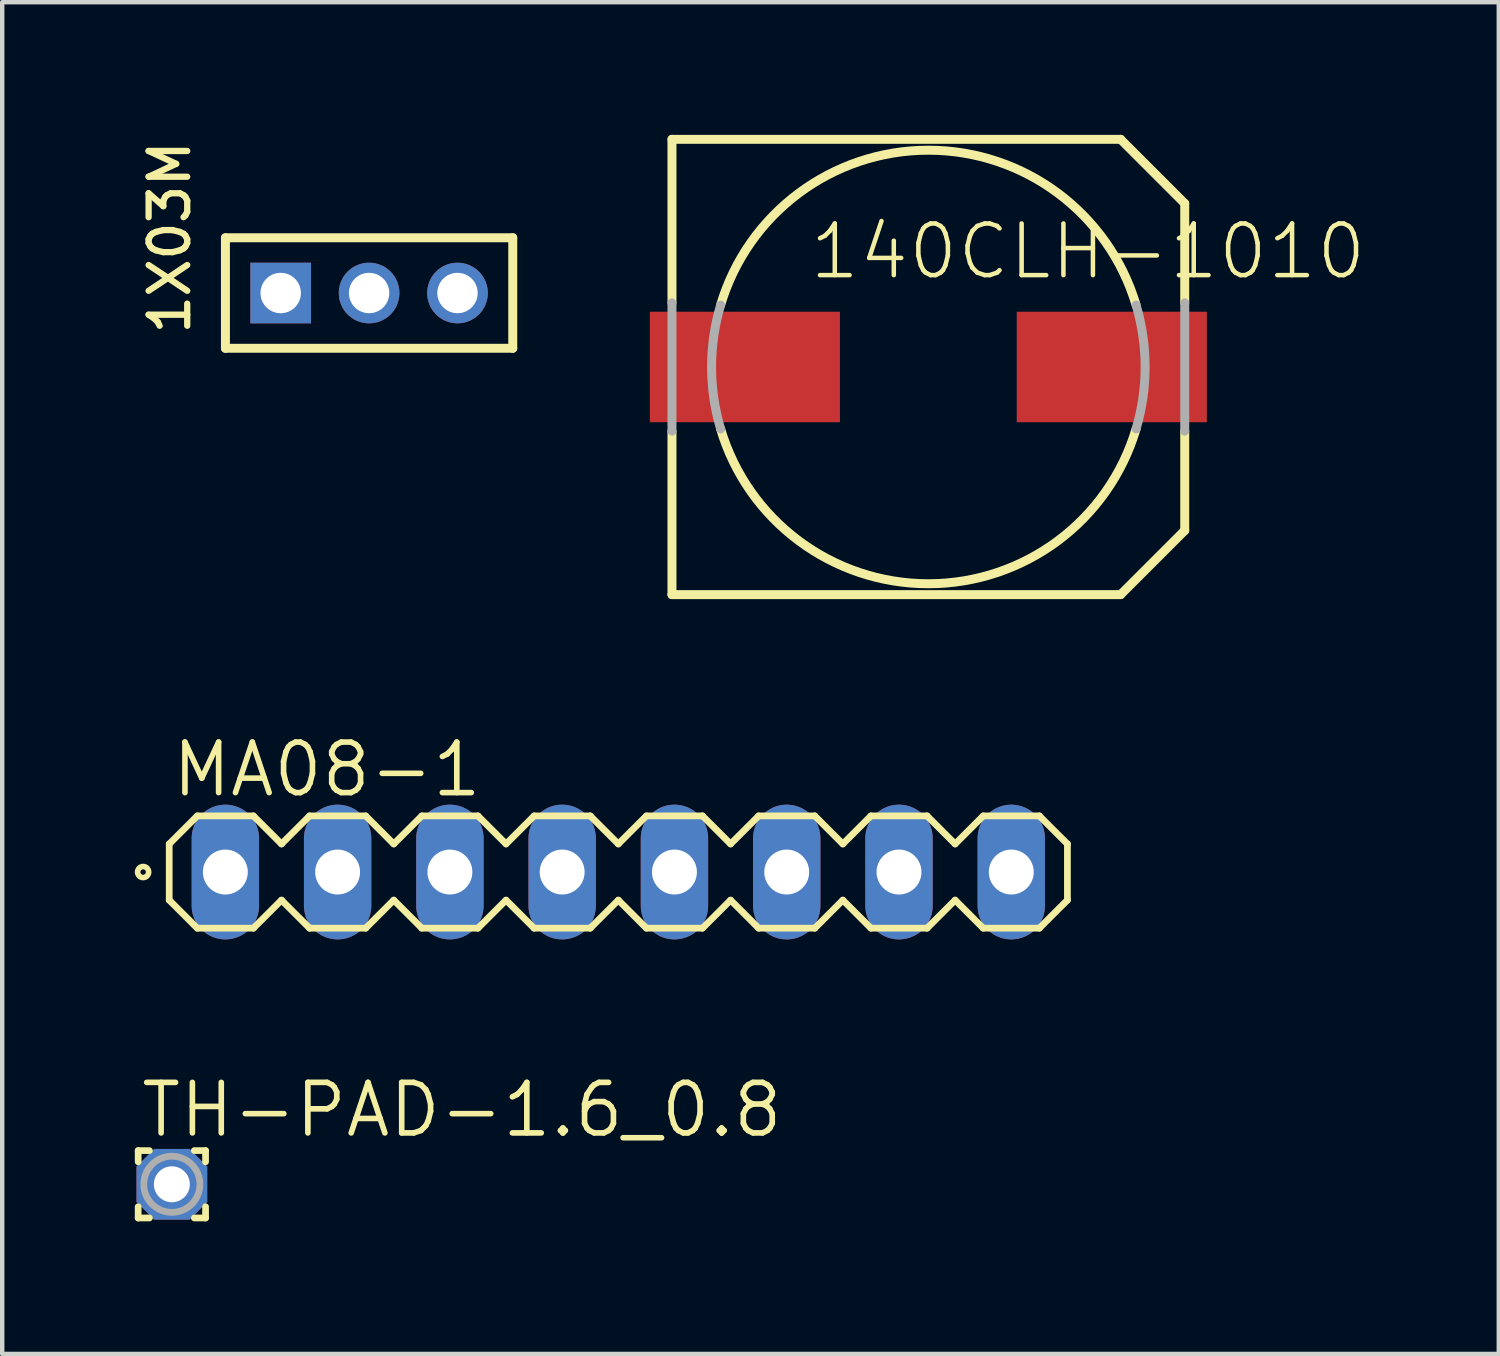
<source format=kicad_pcb>
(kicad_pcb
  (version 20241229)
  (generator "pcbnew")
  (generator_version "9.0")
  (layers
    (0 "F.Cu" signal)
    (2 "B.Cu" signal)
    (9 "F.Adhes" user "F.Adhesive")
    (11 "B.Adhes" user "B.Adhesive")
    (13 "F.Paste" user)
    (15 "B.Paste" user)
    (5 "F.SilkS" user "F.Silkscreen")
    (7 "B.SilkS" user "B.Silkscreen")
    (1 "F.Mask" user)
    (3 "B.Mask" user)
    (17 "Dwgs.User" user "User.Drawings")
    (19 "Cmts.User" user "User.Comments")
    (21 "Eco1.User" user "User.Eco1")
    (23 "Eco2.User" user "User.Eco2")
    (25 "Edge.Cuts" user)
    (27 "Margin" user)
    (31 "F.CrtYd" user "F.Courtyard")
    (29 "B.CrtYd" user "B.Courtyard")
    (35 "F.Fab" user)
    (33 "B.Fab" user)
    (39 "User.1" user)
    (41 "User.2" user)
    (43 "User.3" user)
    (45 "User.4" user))
  (footprint "1X03M"
    (layer "F.Cu")
    (at 5.3 3.579)
    (property "Reference" "1X03M" (at -4 1 90) (layer "F.SilkS") (effects (font (size 0.874 0.874) (thickness 0.142)) (justify left bottom)))
    (fp_line (start -3.25 -1.25) (end 3.25 -1.25) (stroke (width 0.203) (type solid)) (layer "F.SilkS"))
    (fp_line (start -3.25 1.25) (end -3.25 -1.25) (stroke (width 0.203) (type solid)) (layer "F.SilkS"))
    (fp_line (start 3.25 -1.25) (end 3.25 1.25) (stroke (width 0.203) (type solid)) (layer "F.SilkS"))
    (fp_line (start 3.25 1.25) (end -3.25 1.25) (stroke (width 0.203) (type solid)) (layer "F.SilkS"))
    (fp_poly (pts (xy -2.25 0.25) (xy -1.75 0.25) (xy -1.75 -0.25) (xy -2.25 -0.25)) (stroke (width 0.1) (type solid)) (fill no) (layer "F.Fab"))
    (fp_poly (pts (xy -0.25 0.25) (xy 0.25 0.25) (xy 0.25 -0.25) (xy -0.25 -0.25)) (stroke (width 0.1) (type solid)) (fill no) (layer "F.Fab"))
    (fp_poly (pts (xy 1.75 -0.25) (xy 1.75 0.25) (xy 2.25 0.25) (xy 2.25 -0.25)) (stroke (width 0.1) (type solid)) (fill no) (layer "F.Fab"))
    (pad "1" thru_hole rect (at -2 0) (size 1.372 1.372) (drill 0.914) (layers "*.Cu" "*.Mask"))
    (pad "2" thru_hole circle (at 0 0) (size 1.372 1.372) (drill 0.914) (layers "*.Cu" "*.Mask"))
    (pad "3" thru_hole circle (at 2 0 270) (size 1.372 1.372) (drill 0.914) (layers "*.Cu" "*.Mask")))
  (footprint "140CLH-1010"
    (layer "F.Cu")
    (at 17.952 5.252)
    (property "Reference" "140CLH-1010" (at -2.74 -1.93 0) (layer "F.SilkS") (effects (font (size 1.168 1.168) (thickness 0.102)) (justify left bottom)))
    (fp_line (start -5.8 -5.15) (end 4.35 -5.15) (stroke (width 0.203) (type solid)) (layer "F.SilkS"))
    (fp_line (start -5.8 -1.45) (end -5.8 -5.15) (stroke (width 0.203) (type solid)) (layer "F.SilkS"))
    (fp_line (start -5.8 5.15) (end -5.8 1.45) (stroke (width 0.203) (type solid)) (layer "F.SilkS"))
    (fp_line (start 4.35 5.15) (end -5.8 5.15) (stroke (width 0.203) (type solid)) (layer "F.SilkS"))
    (fp_line (start 5.8 -3.7) (end 4.35 -5.15) (stroke (width 0.203) (type solid)) (layer "F.SilkS"))
    (fp_line (start 5.8 -3.7) (end 5.8 -1.45) (stroke (width 0.203) (type solid)) (layer "F.SilkS"))
    (fp_line (start 5.8 1.45) (end 5.8 3.7) (stroke (width 0.203) (type solid)) (layer "F.SilkS"))
    (fp_line (start 5.8 3.7) (end 4.35 5.15) (stroke (width 0.203) (type solid)) (layer "F.SilkS"))
    (fp_arc (start -4.7 -1.4) (mid 0 -4.90408) (end 4.7 -1.4) (stroke (width 0.2032) (type solid)) (layer "F.SilkS"))
    (fp_arc (start 4.7 1.4) (mid 0 4.90408) (end -4.7 1.4) (stroke (width 0.2032) (type solid)) (layer "F.SilkS"))
    (fp_line (start -5.8 1.45) (end -5.8 -1.45) (stroke (width 0.203) (type solid)) (layer "F.Fab"))
    (fp_line (start 5.8 -1.45) (end 5.8 1.45) (stroke (width 0.203) (type solid)) (layer "F.Fab"))
    (fp_arc (start -4.7 1.4) (mid -4.90408 0) (end -4.7 -1.4) (stroke (width 0.2032) (type solid)) (layer "F.Fab"))
    (fp_arc (start 4.7 -1.4) (mid 4.90408 0) (end 4.7 1.4) (stroke (width 0.2032) (type solid)) (layer "F.Fab"))
    (pad "+" smd rect (at 4.15 0) (size 4.3 2.5) (layers "F.Cu" "F.Mask" "F.Paste"))
    (pad "-" smd rect (at -4.15 0) (size 4.3 2.5) (layers "F.Cu" "F.Mask" "F.Paste")))
  (footprint "MA08-1"
    (layer "F.Cu")
    (at 10.938 16.678)
    (property "Reference" "MA08-1" (at -10.16 -1.651 0) (layer "F.SilkS") (effects (font (size 1.143 1.143) (thickness 0.127)) (justify left bottom)))
    (fp_line (start -10.16 -0.635) (end -10.16 0.635) (stroke (width 0.152) (type solid)) (layer "F.SilkS"))
    (fp_line (start -10.16 0.635) (end -9.525 1.27) (stroke (width 0.152) (type solid)) (layer "F.SilkS"))
    (fp_line (start -9.525 -1.27) (end -10.16 -0.635) (stroke (width 0.152) (type solid)) (layer "F.SilkS"))
    (fp_line (start -9.525 -1.27) (end -8.255 -1.27) (stroke (width 0.152) (type solid)) (layer "F.SilkS"))
    (fp_line (start -8.255 -1.27) (end -7.62 -0.635) (stroke (width 0.152) (type solid)) (layer "F.SilkS"))
    (fp_line (start -8.255 1.27) (end -9.525 1.27) (stroke (width 0.152) (type solid)) (layer "F.SilkS"))
    (fp_line (start -7.62 -0.635) (end -6.985 -1.27) (stroke (width 0.152) (type solid)) (layer "F.SilkS"))
    (fp_line (start -7.62 0.635) (end -8.255 1.27) (stroke (width 0.152) (type solid)) (layer "F.SilkS"))
    (fp_line (start -6.985 -1.27) (end -5.715 -1.27) (stroke (width 0.152) (type solid)) (layer "F.SilkS"))
    (fp_line (start -6.985 1.27) (end -7.62 0.635) (stroke (width 0.152) (type solid)) (layer "F.SilkS"))
    (fp_line (start -5.715 -1.27) (end -5.08 -0.635) (stroke (width 0.152) (type solid)) (layer "F.SilkS"))
    (fp_line (start -5.715 1.27) (end -6.985 1.27) (stroke (width 0.152) (type solid)) (layer "F.SilkS"))
    (fp_line (start -5.08 -0.635) (end -4.445 -1.27) (stroke (width 0.152) (type solid)) (layer "F.SilkS"))
    (fp_line (start -5.08 0.635) (end -5.715 1.27) (stroke (width 0.152) (type solid)) (layer "F.SilkS"))
    (fp_line (start -4.445 -1.27) (end -3.175 -1.27) (stroke (width 0.152) (type solid)) (layer "F.SilkS"))
    (fp_line (start -4.445 1.27) (end -5.08 0.635) (stroke (width 0.152) (type solid)) (layer "F.SilkS"))
    (fp_line (start -3.175 -1.27) (end -2.54 -0.635) (stroke (width 0.152) (type solid)) (layer "F.SilkS"))
    (fp_line (start -3.175 1.27) (end -4.445 1.27) (stroke (width 0.152) (type solid)) (layer "F.SilkS"))
    (fp_line (start -2.54 0.635) (end -3.175 1.27) (stroke (width 0.152) (type solid)) (layer "F.SilkS"))
    (fp_line (start -2.54 0.635) (end -1.905 1.27) (stroke (width 0.152) (type solid)) (layer "F.SilkS"))
    (fp_line (start -1.905 -1.27) (end -2.54 -0.635) (stroke (width 0.152) (type solid)) (layer "F.SilkS"))
    (fp_line (start -1.905 -1.27) (end -0.635 -1.27) (stroke (width 0.152) (type solid)) (layer "F.SilkS"))
    (fp_line (start -0.635 -1.27) (end 0 -0.635) (stroke (width 0.152) (type solid)) (layer "F.SilkS"))
    (fp_line (start -0.635 1.27) (end -1.905 1.27) (stroke (width 0.152) (type solid)) (layer "F.SilkS"))
    (fp_line (start 0 0.635) (end -0.635 1.27) (stroke (width 0.152) (type solid)) (layer "F.SilkS"))
    (fp_line (start 0 0.635) (end 0.635 1.27) (stroke (width 0.152) (type solid)) (layer "F.SilkS"))
    (fp_line (start 0.635 -1.27) (end 0 -0.635) (stroke (width 0.152) (type solid)) (layer "F.SilkS"))
    (fp_line (start 0.635 -1.27) (end 1.905 -1.27) (stroke (width 0.152) (type solid)) (layer "F.SilkS"))
    (fp_line (start 1.905 -1.27) (end 2.54 -0.635) (stroke (width 0.152) (type solid)) (layer "F.SilkS"))
    (fp_line (start 1.905 1.27) (end 0.635 1.27) (stroke (width 0.152) (type solid)) (layer "F.SilkS"))
    (fp_line (start 2.54 -0.635) (end 3.175 -1.27) (stroke (width 0.152) (type solid)) (layer "F.SilkS"))
    (fp_line (start 2.54 0.635) (end 1.905 1.27) (stroke (width 0.152) (type solid)) (layer "F.SilkS"))
    (fp_line (start 3.175 -1.27) (end 4.445 -1.27) (stroke (width 0.152) (type solid)) (layer "F.SilkS"))
    (fp_line (start 3.175 1.27) (end 2.54 0.635) (stroke (width 0.152) (type solid)) (layer "F.SilkS"))
    (fp_line (start 4.445 -1.27) (end 5.08 -0.635) (stroke (width 0.152) (type solid)) (layer "F.SilkS"))
    (fp_line (start 4.445 1.27) (end 3.175 1.27) (stroke (width 0.152) (type solid)) (layer "F.SilkS"))
    (fp_line (start 5.08 -0.635) (end 5.715 -1.27) (stroke (width 0.152) (type solid)) (layer "F.SilkS"))
    (fp_line (start 5.08 0.635) (end 4.445 1.27) (stroke (width 0.152) (type solid)) (layer "F.SilkS"))
    (fp_line (start 5.715 -1.27) (end 6.985 -1.27) (stroke (width 0.152) (type solid)) (layer "F.SilkS"))
    (fp_line (start 5.715 1.27) (end 5.08 0.635) (stroke (width 0.152) (type solid)) (layer "F.SilkS"))
    (fp_line (start 6.985 -1.27) (end 7.62 -0.635) (stroke (width 0.152) (type solid)) (layer "F.SilkS"))
    (fp_line (start 6.985 1.27) (end 5.715 1.27) (stroke (width 0.152) (type solid)) (layer "F.SilkS"))
    (fp_line (start 7.62 0.635) (end 6.985 1.27) (stroke (width 0.152) (type solid)) (layer "F.SilkS"))
    (fp_line (start 7.62 0.635) (end 8.255 1.27) (stroke (width 0.152) (type solid)) (layer "F.SilkS"))
    (fp_line (start 8.255 -1.27) (end 7.62 -0.635) (stroke (width 0.152) (type solid)) (layer "F.SilkS"))
    (fp_line (start 8.255 -1.27) (end 9.525 -1.27) (stroke (width 0.152) (type solid)) (layer "F.SilkS"))
    (fp_line (start 9.525 -1.27) (end 10.16 -0.635) (stroke (width 0.152) (type solid)) (layer "F.SilkS"))
    (fp_line (start 9.525 1.27) (end 8.255 1.27) (stroke (width 0.152) (type solid)) (layer "F.SilkS"))
    (fp_line (start 10.16 -0.635) (end 10.16 0.635) (stroke (width 0.152) (type solid)) (layer "F.SilkS"))
    (fp_line (start 10.16 0.635) (end 9.525 1.27) (stroke (width 0.152) (type solid)) (layer "F.SilkS"))
    (fp_circle (center -10.75 0) (end -10.625 0) (stroke (width 0.127) (type solid)) (fill no) (layer "F.SilkS"))
    (fp_poly (pts (xy -9.144 0.254) (xy -8.636 0.254) (xy -8.636 -0.254) (xy -9.144 -0.254)) (stroke (width 0.1) (type solid)) (fill no) (layer "F.Fab"))
    (fp_poly (pts (xy -6.604 0.254) (xy -6.096 0.254) (xy -6.096 -0.254) (xy -6.604 -0.254)) (stroke (width 0.1) (type solid)) (fill no) (layer "F.Fab"))
    (fp_poly (pts (xy -4.064 0.254) (xy -3.556 0.254) (xy -3.556 -0.254) (xy -4.064 -0.254)) (stroke (width 0.1) (type solid)) (fill no) (layer "F.Fab"))
    (fp_poly (pts (xy -1.524 0.254) (xy -1.016 0.254) (xy -1.016 -0.254) (xy -1.524 -0.254)) (stroke (width 0.1) (type solid)) (fill no) (layer "F.Fab"))
    (fp_poly (pts (xy 1.016 0.254) (xy 1.524 0.254) (xy 1.524 -0.254) (xy 1.016 -0.254)) (stroke (width 0.1) (type solid)) (fill no) (layer "F.Fab"))
    (fp_poly (pts (xy 3.556 0.254) (xy 4.064 0.254) (xy 4.064 -0.254) (xy 3.556 -0.254)) (stroke (width 0.1) (type solid)) (fill no) (layer "F.Fab"))
    (fp_poly (pts (xy 6.096 0.254) (xy 6.604 0.254) (xy 6.604 -0.254) (xy 6.096 -0.254)) (stroke (width 0.1) (type solid)) (fill no) (layer "F.Fab"))
    (fp_poly (pts (xy 8.636 0.254) (xy 9.144 0.254) (xy 9.144 -0.254) (xy 8.636 -0.254)) (stroke (width 0.1) (type solid)) (fill no) (layer "F.Fab"))
    (pad "1" thru_hole oval (at -8.89 0 90) (size 3.048 1.524) (drill 1.016) (layers "*.Cu" "*.Mask"))
    (pad "2" thru_hole oval (at -6.35 0 90) (size 3.048 1.524) (drill 1.016) (layers "*.Cu" "*.Mask"))
    (pad "3" thru_hole oval (at -3.81 0 90) (size 3.048 1.524) (drill 1.016) (layers "*.Cu" "*.Mask"))
    (pad "4" thru_hole oval (at -1.27 0 90) (size 3.048 1.524) (drill 1.016) (layers "*.Cu" "*.Mask"))
    (pad "5" thru_hole oval (at 1.27 0 90) (size 3.048 1.524) (drill 1.016) (layers "*.Cu" "*.Mask"))
    (pad "6" thru_hole oval (at 3.81 0 90) (size 3.048 1.524) (drill 1.016) (layers "*.Cu" "*.Mask"))
    (pad "7" thru_hole oval (at 6.35 0 90) (size 3.048 1.524) (drill 1.016) (layers "*.Cu" "*.Mask"))
    (pad "8" thru_hole oval (at 8.89 0 90) (size 3.048 1.524) (drill 1.016) (layers "*.Cu" "*.Mask")))
  (footprint "TH-PAD-1.6_0.8"
    (layer "F.Cu")
    (at 0.838 23.742)
    (property "Reference" "TH-PAD-1.6_0.8" (at -0.762 -1.016 0) (layer "F.SilkS") (effects (font (size 1.143 1.143) (thickness 0.127)) (justify left bottom)))
    (fp_line (start -0.762 -0.762) (end -0.762 -0.508) (stroke (width 0.152) (type solid)) (layer "F.SilkS"))
    (fp_line (start -0.762 -0.762) (end -0.508 -0.762) (stroke (width 0.152) (type solid)) (layer "F.SilkS"))
    (fp_line (start -0.762 0.762) (end -0.762 0.508) (stroke (width 0.152) (type solid)) (layer "F.SilkS"))
    (fp_line (start -0.508 0.762) (end -0.762 0.762) (stroke (width 0.152) (type solid)) (layer "F.SilkS"))
    (fp_line (start 0.762 -0.762) (end 0.508 -0.762) (stroke (width 0.152) (type solid)) (layer "F.SilkS"))
    (fp_line (start 0.762 -0.762) (end 0.762 -0.508) (stroke (width 0.152) (type solid)) (layer "F.SilkS"))
    (fp_line (start 0.762 0.508) (end 0.762 0.762) (stroke (width 0.152) (type solid)) (layer "F.SilkS"))
    (fp_line (start 0.762 0.762) (end 0.508 0.762) (stroke (width 0.152) (type solid)) (layer "F.SilkS"))
    (fp_circle (center 0 0) (end 0.635 0) (stroke (width 0.152) (type solid)) (fill no) (layer "F.Fab"))
    (pad "1" thru_hole roundrect (at 0 0) (size 1.6 1.6) (drill 0.813) (layers "*.Cu" "*.Mask") (roundrect_rratio 0.25) (chamfer_ratio 0.25) (chamfer top_left top_right bottom_left bottom_right)))
  (gr_rect
    (start -3 -3)
    (end 30.857 27.58)
    (stroke (width 0.1) (type default))
    (fill no)
    (layer "Edge.Cuts")))
</source>
